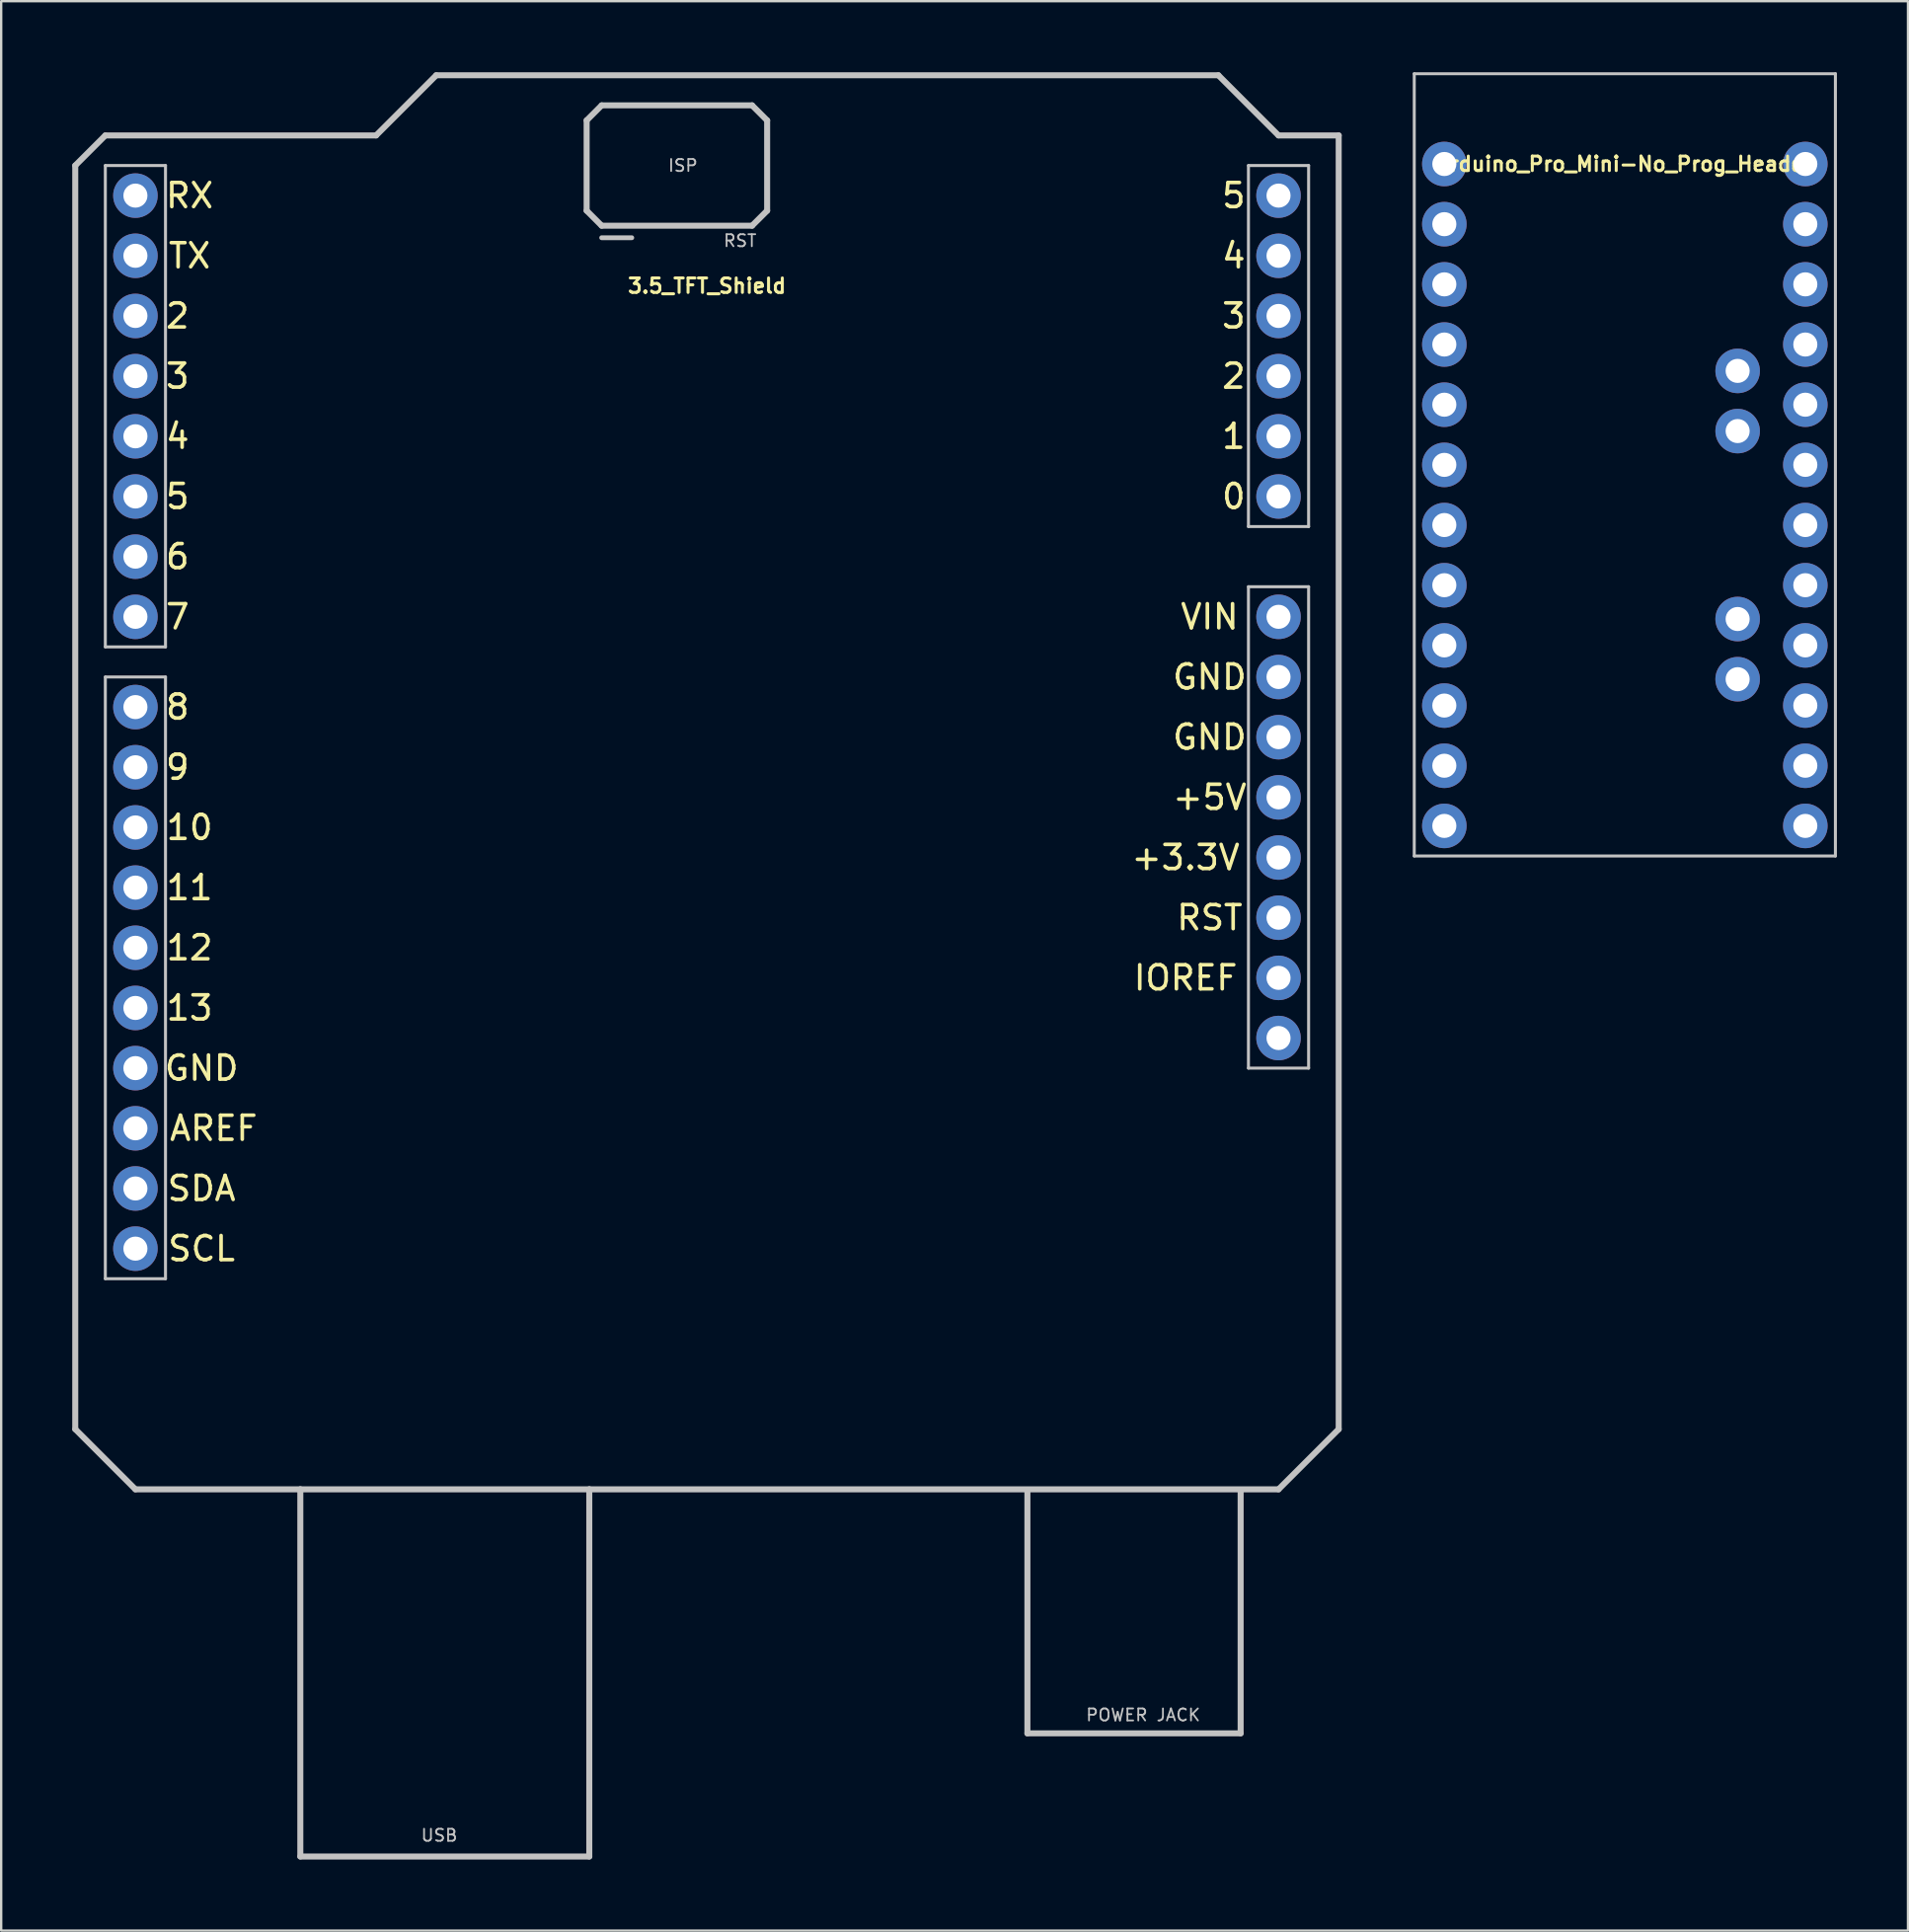
<source format=kicad_pcb>
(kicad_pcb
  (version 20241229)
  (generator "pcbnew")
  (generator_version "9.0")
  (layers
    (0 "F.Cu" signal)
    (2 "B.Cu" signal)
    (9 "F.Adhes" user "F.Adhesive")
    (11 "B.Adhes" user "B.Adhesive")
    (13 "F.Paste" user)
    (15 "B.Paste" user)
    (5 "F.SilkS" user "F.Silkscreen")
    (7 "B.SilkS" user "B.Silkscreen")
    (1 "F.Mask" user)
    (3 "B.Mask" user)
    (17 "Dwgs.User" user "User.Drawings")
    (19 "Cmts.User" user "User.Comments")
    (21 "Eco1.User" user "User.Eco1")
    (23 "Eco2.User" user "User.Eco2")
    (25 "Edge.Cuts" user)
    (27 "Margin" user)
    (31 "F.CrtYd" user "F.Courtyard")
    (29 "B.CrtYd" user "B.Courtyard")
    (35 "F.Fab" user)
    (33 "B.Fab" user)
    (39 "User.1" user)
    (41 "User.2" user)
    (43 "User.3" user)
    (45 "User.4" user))
  (footprint "3.5_TFT_Shield"
    (layer "F.Cu")
    (at 26.797 30.607)
    (property "Reference" "3.5_TFT_Shield" (at 0 -21.59 0) (layer "F.SilkS") (effects (font (size 0.61 0.61) (thickness 0.127))))
    (attr exclude_from_pos_files exclude_from_bom)
    (fp_line (start -26.67 -26.67) (end -26.67 26.67) (stroke (width 0.254) (type solid)) (layer "Dwgs.User"))
    (fp_line (start -26.67 26.67) (end -24.13 29.21) (stroke (width 0.254) (type solid)) (layer "Dwgs.User"))
    (fp_line (start -25.4 -27.94) (end -26.67 -26.67) (stroke (width 0.254) (type solid)) (layer "Dwgs.User"))
    (fp_line (start -25.4 -26.67) (end -22.86 -26.67) (stroke (width 0.127) (type solid)) (layer "Dwgs.User"))
    (fp_line (start -25.4 -6.35) (end -25.4 -26.67) (stroke (width 0.127) (type solid)) (layer "Dwgs.User"))
    (fp_line (start -25.4 -5.08) (end -22.86 -5.08) (stroke (width 0.127) (type solid)) (layer "Dwgs.User"))
    (fp_line (start -25.4 20.32) (end -25.4 -5.08) (stroke (width 0.127) (type solid)) (layer "Dwgs.User"))
    (fp_line (start -24.13 29.21) (end -17.168 29.21) (stroke (width 0.254) (type solid)) (layer "Dwgs.User"))
    (fp_line (start -22.86 -26.67) (end -22.86 -6.35) (stroke (width 0.127) (type solid)) (layer "Dwgs.User"))
    (fp_line (start -22.86 -6.35) (end -25.4 -6.35) (stroke (width 0.127) (type solid)) (layer "Dwgs.User"))
    (fp_line (start -22.86 -5.08) (end -22.86 20.32) (stroke (width 0.127) (type solid)) (layer "Dwgs.User"))
    (fp_line (start -22.86 20.32) (end -25.4 20.32) (stroke (width 0.127) (type solid)) (layer "Dwgs.User"))
    (fp_line (start -17.168 29.21) (end -4.968 29.21) (stroke (width 0.254) (type solid)) (layer "Dwgs.User"))
    (fp_line (start -17.168 44.709) (end -17.168 29.21) (stroke (width 0.254) (type solid)) (layer "Dwgs.User"))
    (fp_line (start -17.168 44.709) (end -4.968 44.709) (stroke (width 0.254) (type solid)) (layer "Dwgs.User"))
    (fp_line (start -13.97 -27.94) (end -25.4 -27.94) (stroke (width 0.254) (type solid)) (layer "Dwgs.User"))
    (fp_line (start -11.43 -30.48) (end -13.97 -27.94) (stroke (width 0.254) (type solid)) (layer "Dwgs.User"))
    (fp_line (start -5.08 -28.575) (end -4.445 -29.21) (stroke (width 0.254) (type solid)) (layer "Dwgs.User"))
    (fp_line (start -5.08 -24.765) (end -5.08 -28.575) (stroke (width 0.254) (type solid)) (layer "Dwgs.User"))
    (fp_line (start -4.968 29.21) (end 24.13 29.21) (stroke (width 0.254) (type solid)) (layer "Dwgs.User"))
    (fp_line (start -4.968 44.709) (end -4.968 29.21) (stroke (width 0.254) (type solid)) (layer "Dwgs.User"))
    (fp_line (start -4.445 -29.21) (end 1.905 -29.21) (stroke (width 0.254) (type solid)) (layer "Dwgs.User"))
    (fp_line (start -4.445 -24.13) (end -5.08 -24.765) (stroke (width 0.254) (type solid)) (layer "Dwgs.User"))
    (fp_line (start -3.175 -23.622) (end -4.445 -23.622) (stroke (width 0.203) (type solid)) (layer "Dwgs.User"))
    (fp_line (start 1.905 -29.21) (end 2.54 -28.575) (stroke (width 0.254) (type solid)) (layer "Dwgs.User"))
    (fp_line (start 1.905 -24.13) (end -4.445 -24.13) (stroke (width 0.254) (type solid)) (layer "Dwgs.User"))
    (fp_line (start 2.54 -28.575) (end 2.54 -24.765) (stroke (width 0.254) (type solid)) (layer "Dwgs.User"))
    (fp_line (start 2.54 -24.765) (end 1.905 -24.13) (stroke (width 0.254) (type solid)) (layer "Dwgs.User"))
    (fp_line (start 13.528 39.51) (end 13.528 29.309) (stroke (width 0.254) (type solid)) (layer "Dwgs.User"))
    (fp_line (start 13.528 39.51) (end 22.53 39.51) (stroke (width 0.254) (type solid)) (layer "Dwgs.User"))
    (fp_line (start 21.59 -30.48) (end -11.43 -30.48) (stroke (width 0.254) (type solid)) (layer "Dwgs.User"))
    (fp_line (start 22.53 39.51) (end 22.53 29.309) (stroke (width 0.254) (type solid)) (layer "Dwgs.User"))
    (fp_line (start 22.86 -26.67) (end 25.4 -26.67) (stroke (width 0.127) (type solid)) (layer "Dwgs.User"))
    (fp_line (start 22.86 -11.43) (end 22.86 -26.67) (stroke (width 0.127) (type solid)) (layer "Dwgs.User"))
    (fp_line (start 22.86 -8.89) (end 22.86 11.43) (stroke (width 0.127) (type solid)) (layer "Dwgs.User"))
    (fp_line (start 22.86 11.43) (end 25.4 11.43) (stroke (width 0.127) (type solid)) (layer "Dwgs.User"))
    (fp_line (start 24.13 -27.94) (end 21.59 -30.48) (stroke (width 0.254) (type solid)) (layer "Dwgs.User"))
    (fp_line (start 24.13 29.21) (end 26.67 26.67) (stroke (width 0.254) (type solid)) (layer "Dwgs.User"))
    (fp_line (start 25.4 -26.67) (end 25.4 -11.43) (stroke (width 0.127) (type solid)) (layer "Dwgs.User"))
    (fp_line (start 25.4 -11.43) (end 22.86 -11.43) (stroke (width 0.127) (type solid)) (layer "Dwgs.User"))
    (fp_line (start 25.4 -8.89) (end 22.86 -8.89) (stroke (width 0.127) (type solid)) (layer "Dwgs.User"))
    (fp_line (start 25.4 11.43) (end 25.4 -8.89) (stroke (width 0.127) (type solid)) (layer "Dwgs.User"))
    (fp_line (start 26.67 -27.94) (end 24.13 -27.94) (stroke (width 0.254) (type solid)) (layer "Dwgs.User"))
    (fp_line (start 26.67 26.67) (end 26.67 -27.94) (stroke (width 0.254) (type solid)) (layer "Dwgs.User"))
    (fp_text user "+5V" (at 21.222 0 180) (layer "F.SilkS") (effects (font (size 1.016 1.016) (thickness 0.152))))
    (fp_text user "6" (at -22.352 -10.16 0) (layer "F.SilkS") (effects (font (size 1.016 1.016) (thickness 0.152))))
    (fp_text user "RST" (at 21.222 5.08 180) (layer "F.SilkS") (effects (font (size 1.016 1.016) (thickness 0.152))))
    (fp_text user "3" (at -22.352 -17.78 0) (layer "F.SilkS") (effects (font (size 1.016 1.016) (thickness 0.152))))
    (fp_text user "11" (at -21.844 3.81 0) (layer "F.SilkS") (effects (font (size 1.016 1.016) (thickness 0.152))))
    (fp_text user "GND" (at 21.222 -5.08 180) (layer "F.SilkS") (effects (font (size 1.016 1.016) (thickness 0.152))))
    (fp_text user "10" (at -21.844 1.27 0) (layer "F.SilkS") (effects (font (size 1.016 1.016) (thickness 0.152))))
    (fp_text user "7" (at -22.352 -7.62 0) (layer "F.SilkS") (effects (font (size 1.016 1.016) (thickness 0.152))))
    (fp_text user "SCL" (at -21.336 19.05 0) (layer "F.SilkS") (effects (font (size 1.016 1.016) (thickness 0.152))))
    (fp_text user "IOREF" (at 20.206 7.62 180) (layer "F.SilkS") (effects (font (size 1.016 1.016) (thickness 0.152))))
    (fp_text user "RX" (at -21.844 -25.4 0) (layer "F.SilkS") (effects (font (size 1.016 1.016) (thickness 0.152))))
    (fp_text user "+3.3V" (at 20.206 2.54 180) (layer "F.SilkS") (effects (font (size 1.016 1.016) (thickness 0.152))))
    (fp_text user "0" (at 22.238 -12.7 180) (layer "F.SilkS") (effects (font (size 1.016 1.016) (thickness 0.152))))
    (fp_text user "VIN" (at 21.222 -7.62 180) (layer "F.SilkS") (effects (font (size 1.016 1.016) (thickness 0.152))))
    (fp_text user "2" (at -22.352 -20.32 0) (layer "F.SilkS") (effects (font (size 1.016 1.016) (thickness 0.152))))
    (fp_text user "4" (at -22.352 -15.24 0) (layer "F.SilkS") (effects (font (size 1.016 1.016) (thickness 0.152))))
    (fp_text user "GND" (at 21.222 -2.54 180) (layer "F.SilkS") (effects (font (size 1.016 1.016) (thickness 0.152))))
    (fp_text user "3" (at 22.238 -20.32 180) (layer "F.SilkS") (effects (font (size 1.016 1.016) (thickness 0.152))))
    (fp_text user "SDA" (at -21.336 16.51 0) (layer "F.SilkS") (effects (font (size 1.016 1.016) (thickness 0.152))))
    (fp_text user "GND" (at -21.336 11.43 0) (layer "F.SilkS") (effects (font (size 1.016 1.016) (thickness 0.152))))
    (fp_text user "AREF" (at -20.828 13.97 0) (layer "F.SilkS") (effects (font (size 1.016 1.016) (thickness 0.152))))
    (fp_text user "12" (at -21.844 6.35 0) (layer "F.SilkS") (effects (font (size 1.016 1.016) (thickness 0.152))))
    (fp_text user "8" (at -22.352 -3.81 0) (layer "F.SilkS") (effects (font (size 1.016 1.016) (thickness 0.152))))
    (fp_text user "9" (at -22.352 -1.27 0) (layer "F.SilkS") (effects (font (size 1.016 1.016) (thickness 0.152))))
    (fp_text user "TX" (at -21.844 -22.86 0) (layer "F.SilkS") (effects (font (size 1.016 1.016) (thickness 0.152))))
    (fp_text user "5" (at -22.352 -12.7 0) (layer "F.SilkS") (effects (font (size 1.016 1.016) (thickness 0.152))))
    (fp_text user "1" (at 22.238 -15.24 180) (layer "F.SilkS") (effects (font (size 1.016 1.016) (thickness 0.152))))
    (fp_text user "2" (at 22.238 -17.78 180) (layer "F.SilkS") (effects (font (size 1.016 1.016) (thickness 0.152))))
    (fp_text user "5" (at 22.238 -25.4 180) (layer "F.SilkS") (effects (font (size 1.016 1.016) (thickness 0.152))))
    (fp_text user "13" (at -21.844 8.89 0) (layer "F.SilkS") (effects (font (size 1.016 1.016) (thickness 0.152))))
    (fp_text user "4" (at 22.238 -22.86 180) (layer "F.SilkS") (effects (font (size 1.016 1.016) (thickness 0.152))))
    (fp_text user "ISP" (at -1.016 -26.67 0) (layer "Dwgs.User") (effects (font (size 0.508 0.508) (thickness 0.076))))
    (fp_text user "RST" (at 1.397 -23.495 0) (layer "Dwgs.User") (effects (font (size 0.508 0.508) (thickness 0.076))))
    (fp_text user "POWER JACK" (at 18.415 38.735 0) (layer "Dwgs.User") (effects (font (size 0.508 0.508) (thickness 0.076))))
    (fp_text user "USB" (at -11.303 43.815 0) (layer "Dwgs.User") (effects (font (size 0.508 0.508) (thickness 0.076))))
    (pad "3.3V" thru_hole circle (at 24.13 2.54) (size 1.88 1.88) (drill 1.016) (layers "*.Cu" "*.Mask"))
    (pad "5V" thru_hole circle (at 24.13 0) (size 1.88 1.88) (drill 1.016) (layers "*.Cu" "*.Mask"))
    (pad "A0" thru_hole circle (at 24.13 -12.7) (size 1.88 1.88) (drill 1.016) (layers "*.Cu" "*.Mask"))
    (pad "A1" thru_hole circle (at 24.13 -15.24) (size 1.88 1.88) (drill 1.016) (layers "*.Cu" "*.Mask"))
    (pad "A2" thru_hole circle (at 24.13 -17.78) (size 1.88 1.88) (drill 1.016) (layers "*.Cu" "*.Mask"))
    (pad "A3" thru_hole circle (at 24.13 -20.32) (size 1.88 1.88) (drill 1.016) (layers "*.Cu" "*.Mask"))
    (pad "A4" thru_hole circle (at 24.13 -22.86) (size 1.88 1.88) (drill 1.016) (layers "*.Cu" "*.Mask"))
    (pad "A5" thru_hole circle (at 24.13 -25.4) (size 1.88 1.88) (drill 1.016) (layers "*.Cu" "*.Mask"))
    (pad "AREF" thru_hole circle (at -24.13 13.97) (size 1.88 1.88) (drill 1.016) (layers "*.Cu" "*.Mask"))
    (pad "D2" thru_hole circle (at -24.13 -20.32) (size 1.88 1.88) (drill 1.016) (layers "*.Cu" "*.Mask"))
    (pad "D3" thru_hole circle (at -24.13 -17.78) (size 1.88 1.88) (drill 1.016) (layers "*.Cu" "*.Mask"))
    (pad "D4" thru_hole circle (at -24.13 -15.24) (size 1.88 1.88) (drill 1.016) (layers "*.Cu" "*.Mask"))
    (pad "D5" thru_hole circle (at -24.13 -12.7) (size 1.88 1.88) (drill 1.016) (layers "*.Cu" "*.Mask"))
    (pad "D6" thru_hole circle (at -24.13 -10.16) (size 1.88 1.88) (drill 1.016) (layers "*.Cu" "*.Mask"))
    (pad "D7" thru_hole circle (at -24.13 -7.62) (size 1.88 1.88) (drill 1.016) (layers "*.Cu" "*.Mask"))
    (pad "D8" thru_hole circle (at -24.13 -3.81) (size 1.88 1.88) (drill 1.016) (layers "*.Cu" "*.Mask"))
    (pad "D9" thru_hole circle (at -24.13 -1.27) (size 1.88 1.88) (drill 1.016) (layers "*.Cu" "*.Mask"))
    (pad "D10" thru_hole circle (at -24.13 1.27) (size 1.88 1.88) (drill 1.016) (layers "*.Cu" "*.Mask"))
    (pad "D11" thru_hole circle (at -24.13 3.81) (size 1.88 1.88) (drill 1.016) (layers "*.Cu" "*.Mask"))
    (pad "D12" thru_hole circle (at -24.13 6.35) (size 1.88 1.88) (drill 1.016) (layers "*.Cu" "*.Mask"))
    (pad "D13" thru_hole circle (at -24.13 8.89) (size 1.88 1.88) (drill 1.016) (layers "*.Cu" "*.Mask"))
    (pad "GND_1" thru_hole circle (at 24.13 -5.08) (size 1.88 1.88) (drill 1.016) (layers "*.Cu" "*.Mask"))
    (pad "GND_2" thru_hole circle (at 24.13 -2.54) (size 1.88 1.88) (drill 1.016) (layers "*.Cu" "*.Mask"))
    (pad "GND_3" thru_hole circle (at -24.13 11.43) (size 1.88 1.88) (drill 1.016) (layers "*.Cu" "*.Mask"))
    (pad "IORE" thru_hole circle (at 24.13 7.62) (size 1.88 1.88) (drill 1.016) (layers "*.Cu" "*.Mask"))
    (pad "NC" thru_hole circle (at 24.13 10.16) (size 1.88 1.88) (drill 1.016) (layers "*.Cu" "*.Mask"))
    (pad "RES" thru_hole circle (at 24.13 5.08) (size 1.88 1.88) (drill 1.016) (layers "*.Cu" "*.Mask"))
    (pad "RX" thru_hole circle (at -24.13 -25.4) (size 1.88 1.88) (drill 1.016) (layers "*.Cu" "*.Mask"))
    (pad "SCL" thru_hole circle (at -24.13 19.05) (size 1.88 1.88) (drill 1.016) (layers "*.Cu" "*.Mask"))
    (pad "SDA" thru_hole circle (at -24.13 16.51) (size 1.88 1.88) (drill 1.016) (layers "*.Cu" "*.Mask"))
    (pad "TX" thru_hole circle (at -24.13 -22.86) (size 1.88 1.88) (drill 1.016) (layers "*.Cu" "*.Mask"))
    (pad "VIN" thru_hole circle (at 24.13 -7.62) (size 1.88 1.88) (drill 1.016) (layers "*.Cu" "*.Mask")))
  (footprint "Arduino_Pro_Mini-No_Prog_Header"
    (layer "F.Cu")
    (at 65.547 16.573)
    (property "Reference" "Arduino_Pro_Mini-No_Prog_Header" (at 0 -12.7 0) (layer "F.SilkS") (effects (font (size 0.61 0.61) (thickness 0.127))))
    (attr exclude_from_pos_files exclude_from_bom)
    (fp_line (start -8.89 -16.51) (end -8.89 16.51) (stroke (width 0.127) (type solid)) (layer "Dwgs.User"))
    (fp_line (start -8.89 16.51) (end 8.89 16.51) (stroke (width 0.127) (type solid)) (layer "Dwgs.User"))
    (fp_line (start 8.89 -16.51) (end -8.89 -16.51) (stroke (width 0.127) (type solid)) (layer "Dwgs.User"))
    (fp_line (start 8.89 16.51) (end 8.89 -16.51) (stroke (width 0.127) (type solid)) (layer "Dwgs.User"))
    (pad "1" thru_hole circle (at -7.62 -12.7) (size 1.88 1.88) (drill 1.016) (layers "*.Cu" "*.Mask"))
    (pad "2" thru_hole circle (at -7.62 -10.16) (size 1.88 1.88) (drill 1.016) (layers "*.Cu" "*.Mask"))
    (pad "3" thru_hole circle (at -7.62 -7.62) (size 1.88 1.88) (drill 1.016) (layers "*.Cu" "*.Mask"))
    (pad "4" thru_hole circle (at -7.62 -5.08) (size 1.88 1.88) (drill 1.016) (layers "*.Cu" "*.Mask"))
    (pad "5" thru_hole circle (at -7.62 -2.54) (size 1.88 1.88) (drill 1.016) (layers "*.Cu" "*.Mask"))
    (pad "6" thru_hole circle (at -7.62 0) (size 1.88 1.88) (drill 1.016) (layers "*.Cu" "*.Mask"))
    (pad "7" thru_hole circle (at -7.62 2.54) (size 1.88 1.88) (drill 1.016) (layers "*.Cu" "*.Mask"))
    (pad "8" thru_hole circle (at -7.62 5.08) (size 1.88 1.88) (drill 1.016) (layers "*.Cu" "*.Mask"))
    (pad "9" thru_hole circle (at -7.62 7.62) (size 1.88 1.88) (drill 1.016) (layers "*.Cu" "*.Mask"))
    (pad "10" thru_hole circle (at -7.62 10.16) (size 1.88 1.88) (drill 1.016) (layers "*.Cu" "*.Mask"))
    (pad "11" thru_hole circle (at -7.62 12.7) (size 1.88 1.88) (drill 1.016) (layers "*.Cu" "*.Mask"))
    (pad "12" thru_hole circle (at -7.62 15.24) (size 1.88 1.88) (drill 1.016) (layers "*.Cu" "*.Mask"))
    (pad "13" thru_hole circle (at 7.62 15.24) (size 1.88 1.88) (drill 1.016) (layers "*.Cu" "*.Mask"))
    (pad "14" thru_hole circle (at 7.62 12.7) (size 1.88 1.88) (drill 1.016) (layers "*.Cu" "*.Mask"))
    (pad "15" thru_hole circle (at 7.62 10.16) (size 1.88 1.88) (drill 1.016) (layers "*.Cu" "*.Mask"))
    (pad "16" thru_hole circle (at 7.62 7.62) (size 1.88 1.88) (drill 1.016) (layers "*.Cu" "*.Mask"))
    (pad "17" thru_hole circle (at 7.62 5.08) (size 1.88 1.88) (drill 1.016) (layers "*.Cu" "*.Mask"))
    (pad "18" thru_hole circle (at 7.62 2.54) (size 1.88 1.88) (drill 1.016) (layers "*.Cu" "*.Mask"))
    (pad "19" thru_hole circle (at 7.62 0) (size 1.88 1.88) (drill 1.016) (layers "*.Cu" "*.Mask"))
    (pad "20" thru_hole circle (at 7.62 -2.54) (size 1.88 1.88) (drill 1.016) (layers "*.Cu" "*.Mask"))
    (pad "21" thru_hole circle (at 7.62 -5.08) (size 1.88 1.88) (drill 1.016) (layers "*.Cu" "*.Mask"))
    (pad "22" thru_hole circle (at 7.62 -7.62) (size 1.88 1.88) (drill 1.016) (layers "*.Cu" "*.Mask"))
    (pad "23" thru_hole circle (at 7.62 -10.16) (size 1.88 1.88) (drill 1.016) (layers "*.Cu" "*.Mask"))
    (pad "24" thru_hole circle (at 7.62 -12.7) (size 1.88 1.88) (drill 1.016) (layers "*.Cu" "*.Mask"))
    (pad "A4" thru_hole circle (at 4.763 -1.427) (size 1.88 1.88) (drill 1.016) (layers "*.Cu" "*.Mask"))
    (pad "A5" thru_hole circle (at 4.763 -3.967) (size 1.88 1.88) (drill 1.016) (layers "*.Cu" "*.Mask"))
    (pad "A6" thru_hole circle (at 4.763 9.047) (size 1.88 1.88) (drill 1.016) (layers "*.Cu" "*.Mask"))
    (pad "A7" thru_hole circle (at 4.763 6.507) (size 1.88 1.88) (drill 1.016) (layers "*.Cu" "*.Mask")))
  (gr_rect
    (start -3 -3)
    (end 77.501 78.443)
    (stroke (width 0.1) (type default))
    (fill no)
    (layer "Edge.Cuts")))
</source>
